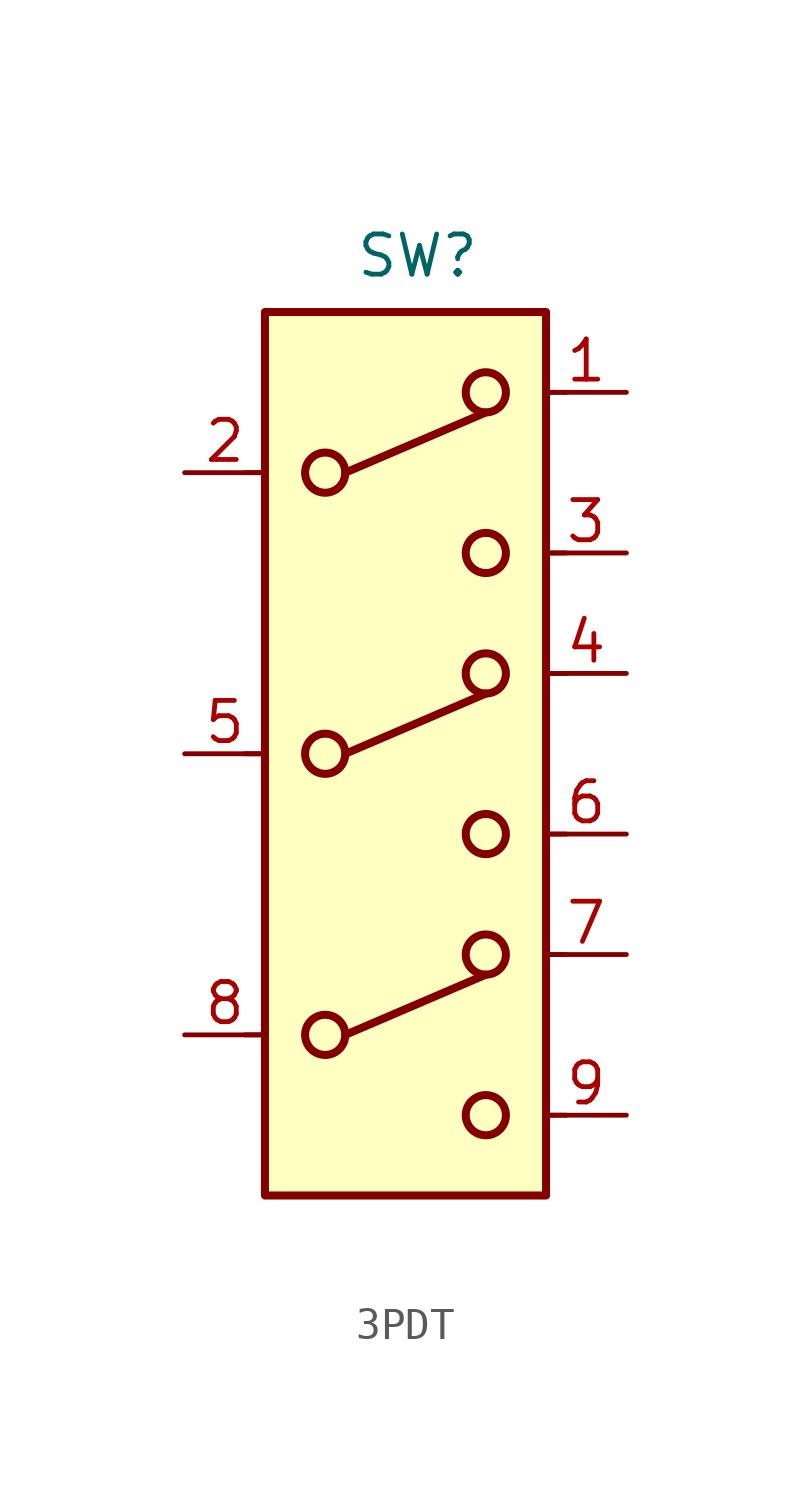
<source format=kicad_sym>
(kicad_symbol_lib
  (version 20231120)
  (generator "kicad_symbol_editor")
  (generator_version "8.0")
  (symbol "3PDT"
    (property "Reference" "SW"
      (at -0.254 14.478 0)
      (effects (font (size 1.27 1.27))))
    (property "Value" ""
      (at -0.254 14.478 0)
      (effects (font (size 1.27 1.27))))
    (symbol "3PDT_0_1"
      (rectangle (start -5.08 12.7) (end 3.81 -15.24) (stroke (width 0.254) (type default)) (fill (type background)))
      (circle (center -3.175 -10.16) (radius 0.635) (stroke (width 0.254) (type default)) (fill (type none)))
      (circle (center -3.175 -1.27) (radius 0.635) (stroke (width 0.254) (type default)) (fill (type none)))
      (circle (center -3.175 7.62) (radius 0.635) (stroke (width 0.254) (type default)) (fill (type none)))
      (polyline (pts (xy -5.715 -10.16) (xy -5.08 -10.16)) (stroke (width 0) (type default)) (fill (type none)))
      (polyline (pts (xy -5.715 -1.27) (xy -5.08 -1.27)) (stroke (width 0) (type default)) (fill (type none)))
      (polyline (pts (xy -5.715 7.62) (xy -5.08 7.62)) (stroke (width 0) (type default)) (fill (type none)))
      (polyline (pts (xy -2.54 -10.16) (xy 1.905 -8.255)) (stroke (width 0.254) (type default)) (fill (type none)))
      (polyline (pts (xy -2.54 -1.27) (xy 1.905 0.635)) (stroke (width 0.254) (type default)) (fill (type none)))
      (polyline (pts (xy -2.54 7.62) (xy 1.905 9.525)) (stroke (width 0.254) (type default)) (fill (type none)))
      (polyline (pts (xy 4.445 -12.7) (xy 3.81 -12.7)) (stroke (width 0) (type default)) (fill (type none)))
      (polyline (pts (xy 4.445 -7.62) (xy 3.81 -7.62)) (stroke (width 0) (type default)) (fill (type none)))
      (polyline (pts (xy 4.445 -3.81) (xy 3.81 -3.81)) (stroke (width 0) (type default)) (fill (type none)))
      (polyline (pts (xy 4.445 1.27) (xy 3.81 1.27)) (stroke (width 0) (type default)) (fill (type none)))
      (polyline (pts (xy 4.445 5.08) (xy 3.81 5.08)) (stroke (width 0) (type default)) (fill (type none)))
      (polyline (pts (xy 4.445 10.16) (xy 3.81 10.16)) (stroke (width 0) (type default)) (fill (type none)))
      (circle (center 1.905 -12.7) (radius 0.635) (stroke (width 0.254) (type default)) (fill (type none)))
      (circle (center 1.905 -7.62) (radius 0.635) (stroke (width 0.254) (type default)) (fill (type none)))
      (circle (center 1.905 -3.81) (radius 0.635) (stroke (width 0.254) (type default)) (fill (type none)))
      (circle (center 1.905 1.27) (radius 0.635) (stroke (width 0.254) (type default)) (fill (type none)))
      (circle (center 1.905 5.08) (radius 0.635) (stroke (width 0.254) (type default)) (fill (type none)))
      (circle (center 1.905 10.16) (radius 0.635) (stroke (width 0.254) (type default)) (fill (type none))))
    (symbol "3PDT_1_1"
      (pin output line (at 6.35 10.16 180) (length 2.54) (name "" (effects (font (size 1.27 1.27)))) (number "1" (effects (font (size 1.27 1.27)))))
      (pin input line (at -7.62 7.62 0) (length 2.54) (name "" (effects (font (size 1.27 1.27)))) (number "2" (effects (font (size 1.27 1.27)))))
      (pin output line (at 6.35 5.08 180) (length 2.54) (name "" (effects (font (size 1.27 1.27)))) (number "3" (effects (font (size 1.27 1.27)))))
      (pin output line (at 6.35 1.27 180) (length 2.54) (name "" (effects (font (size 1.27 1.27)))) (number "4" (effects (font (size 1.27 1.27)))))
      (pin input line (at -7.62 -1.27 0) (length 2.54) (name "" (effects (font (size 1.27 1.27)))) (number "5" (effects (font (size 1.27 1.27)))))
      (pin output line (at 6.35 -3.81 180) (length 2.54) (name "" (effects (font (size 1.27 1.27)))) (number "6" (effects (font (size 1.27 1.27)))))
      (pin output line (at 6.35 -7.62 180) (length 2.54) (name "" (effects (font (size 1.27 1.27)))) (number "7" (effects (font (size 1.27 1.27)))))
      (pin input line (at -7.62 -10.16 0) (length 2.54) (name "" (effects (font (size 1.27 1.27)))) (number "8" (effects (font (size 1.27 1.27)))))
      (pin output line (at 6.35 -12.7 180) (length 2.54) (name "" (effects (font (size 1.27 1.27)))) (number "9" (effects (font (size 1.27 1.27))))))))
</source>
